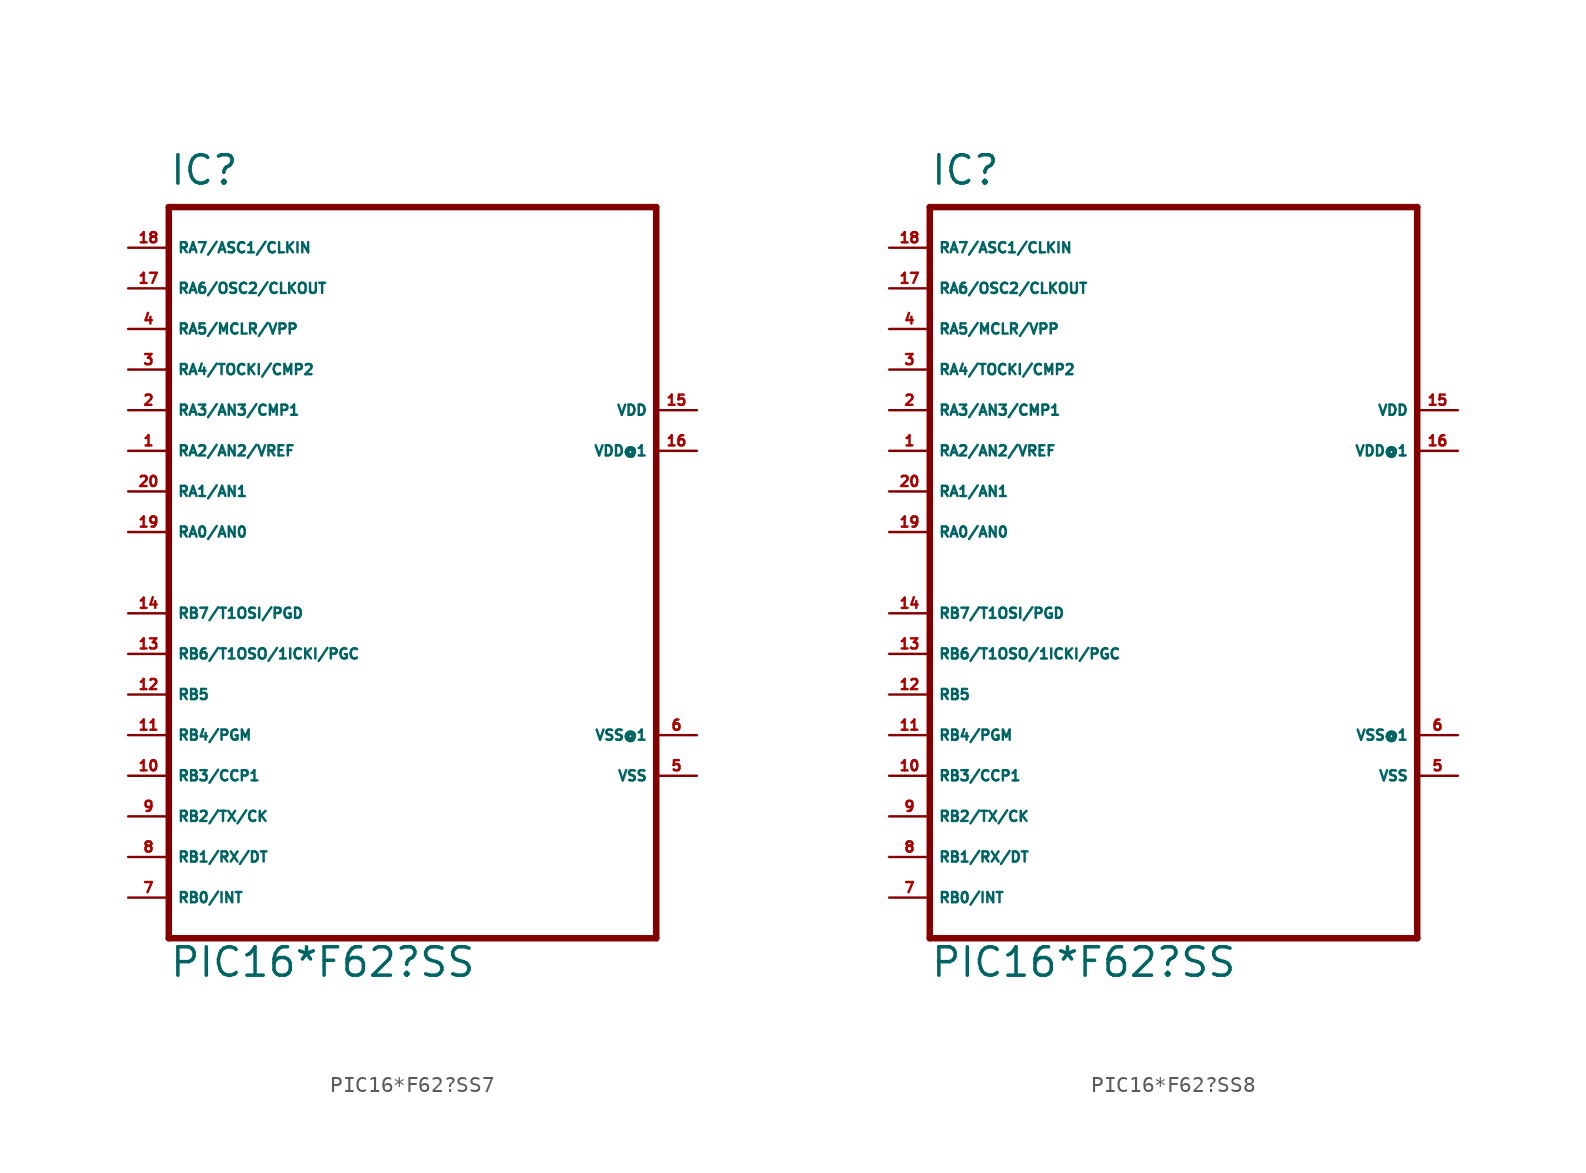
<source format=kicad_sym>
(kicad_symbol_lib
  (version 20220914)
  (generator Eagle2Kicad)
  (symbol "PIC16*F62?SS7"
    (property "Reference" "IC"
      (at -15.24 24.13 0)
      (effects (font (size 1.778 1.778) (thickness 0.22)) (justify left bottom)))
    (property "Value" "PIC16*F62?SS"
      (at -15.24 -25.4 0)
      (effects (font (size 1.778 1.778) (thickness 0.22)) (justify left bottom)))
    (polyline
      (pts (xy 15.24 -22.86) (xy -15.24 -22.86))
      (stroke (width 0.406) (type default))
      (fill (type none)))
    (polyline
      (pts (xy -15.24 -22.86) (xy -15.24 22.86))
      (stroke (width 0.406) (type default))
      (fill (type none)))
    (polyline
      (pts (xy -15.24 22.86) (xy 15.24 22.86))
      (stroke (width 0.406) (type default))
      (fill (type none)))
    (polyline
      (pts (xy 15.24 22.86) (xy 15.24 -22.86))
      (stroke (width 0.406) (type default))
      (fill (type none)))
    (pin bidirectional line
      (at -17.78 2.54 0)
      (length 2.54)
      (name "RA0/AN0" (effects (font (size 0.635 0.635) (thickness 0.08)) (justify left bottom)))
      (number "19" (effects (font (size 0.635 0.635) (thickness 0.08)) (justify left bottom))))
    (pin bidirectional line
      (at -17.78 5.08 0)
      (length 2.54)
      (name "RA1/AN1" (effects (font (size 0.635 0.635) (thickness 0.08)) (justify left bottom)))
      (number "20" (effects (font (size 0.635 0.635) (thickness 0.08)) (justify left bottom))))
    (pin bidirectional line
      (at -17.78 7.62 0)
      (length 2.54)
      (name "RA2/AN2/VREF" (effects (font (size 0.635 0.635) (thickness 0.08)) (justify left bottom)))
      (number "1" (effects (font (size 0.635 0.635) (thickness 0.08)) (justify left bottom))))
    (pin bidirectional line
      (at -17.78 10.16 0)
      (length 2.54)
      (name "RA3/AN3/CMP1" (effects (font (size 0.635 0.635) (thickness 0.08)) (justify left bottom)))
      (number "2" (effects (font (size 0.635 0.635) (thickness 0.08)) (justify left bottom))))
    (pin bidirectional line
      (at -17.78 -20.32 0)
      (length 2.54)
      (name "RB0/INT" (effects (font (size 0.635 0.635) (thickness 0.08)) (justify left bottom)))
      (number "7" (effects (font (size 0.635 0.635) (thickness 0.08)) (justify left bottom))))
    (pin bidirectional line
      (at -17.78 -17.78 0)
      (length 2.54)
      (name "RB1/RX/DT" (effects (font (size 0.635 0.635) (thickness 0.08)) (justify left bottom)))
      (number "8" (effects (font (size 0.635 0.635) (thickness 0.08)) (justify left bottom))))
    (pin bidirectional line
      (at -17.78 -15.24 0)
      (length 2.54)
      (name "RB2/TX/CK" (effects (font (size 0.635 0.635) (thickness 0.08)) (justify left bottom)))
      (number "9" (effects (font (size 0.635 0.635) (thickness 0.08)) (justify left bottom))))
    (pin bidirectional line
      (at -17.78 -12.7 0)
      (length 2.54)
      (name "RB3/CCP1" (effects (font (size 0.635 0.635) (thickness 0.08)) (justify left bottom)))
      (number "10" (effects (font (size 0.635 0.635) (thickness 0.08)) (justify left bottom))))
    (pin bidirectional line
      (at -17.78 -10.16 0)
      (length 2.54)
      (name "RB4/PGM" (effects (font (size 0.635 0.635) (thickness 0.08)) (justify left bottom)))
      (number "11" (effects (font (size 0.635 0.635) (thickness 0.08)) (justify left bottom))))
    (pin bidirectional line
      (at -17.78 -7.62 0)
      (length 2.54)
      (name "RB5" (effects (font (size 0.635 0.635) (thickness 0.08)) (justify left bottom)))
      (number "12" (effects (font (size 0.635 0.635) (thickness 0.08)) (justify left bottom))))
    (pin bidirectional line
      (at -17.78 -5.08 0)
      (length 2.54)
      (name "RB6/T1OSO/1ICKI/PGC" (effects (font (size 0.635 0.635) (thickness 0.08)) (justify left bottom)))
      (number "13" (effects (font (size 0.635 0.635) (thickness 0.08)) (justify left bottom))))
    (pin bidirectional line
      (at -17.78 -2.54 0)
      (length 2.54)
      (name "RB7/T1OSI/PGD" (effects (font (size 0.635 0.635) (thickness 0.08)) (justify left bottom)))
      (number "14" (effects (font (size 0.635 0.635) (thickness 0.08)) (justify left bottom))))
    (pin unspecified line
      (at 17.78 -12.7 180)
      (length 2.54)
      (name "VSS" (effects (font (size 0.635 0.635) (thickness 0.08)) (justify left bottom)))
      (number "5" (effects (font (size 0.635 0.635) (thickness 0.08)) (justify left bottom))))
    (pin unspecified line
      (at 17.78 10.16 180)
      (length 2.54)
      (name "VDD" (effects (font (size 0.635 0.635) (thickness 0.08)) (justify left bottom)))
      (number "15" (effects (font (size 0.635 0.635) (thickness 0.08)) (justify left bottom))))
    (pin bidirectional line
      (at -17.78 12.7 0)
      (length 2.54)
      (name "RA4/TOCKI/CMP2" (effects (font (size 0.635 0.635) (thickness 0.08)) (justify left bottom)))
      (number "3" (effects (font (size 0.635 0.635) (thickness 0.08)) (justify left bottom))))
    (pin input line
      (at -17.78 15.24 0)
      (length 2.54)
      (name "RA5/MCLR/VPP" (effects (font (size 0.635 0.635) (thickness 0.08)) (justify left bottom)))
      (number "4" (effects (font (size 0.635 0.635) (thickness 0.08)) (justify left bottom))))
    (pin bidirectional line
      (at -17.78 17.78 0)
      (length 2.54)
      (name "RA6/OSC2/CLKOUT" (effects (font (size 0.635 0.635) (thickness 0.08)) (justify left bottom)))
      (number "17" (effects (font (size 0.635 0.635) (thickness 0.08)) (justify left bottom))))
    (pin bidirectional line
      (at -17.78 20.32 0)
      (length 2.54)
      (name "RA7/ASC1/CLKIN" (effects (font (size 0.635 0.635) (thickness 0.08)) (justify left bottom)))
      (number "18" (effects (font (size 0.635 0.635) (thickness 0.08)) (justify left bottom))))
    (pin unspecified line
      (at 17.78 7.62 180)
      (length 2.54)
      (name "VDD@1" (effects (font (size 0.635 0.635) (thickness 0.08)) (justify left bottom)))
      (number "16" (effects (font (size 0.635 0.635) (thickness 0.08)) (justify left bottom))))
    (pin unspecified line
      (at 17.78 -10.16 180)
      (length 2.54)
      (name "VSS@1" (effects (font (size 0.635 0.635) (thickness 0.08)) (justify left bottom)))
      (number "6" (effects (font (size 0.635 0.635) (thickness 0.08)) (justify left bottom)))))
  (symbol "PIC16*F62?SS8"
    (property "Reference" "IC"
      (at -15.24 24.13 0)
      (effects (font (size 1.778 1.778) (thickness 0.22)) (justify left bottom)))
    (property "Value" "PIC16*F62?SS"
      (at -15.24 -25.4 0)
      (effects (font (size 1.778 1.778) (thickness 0.22)) (justify left bottom)))
    (polyline
      (pts (xy 15.24 -22.86) (xy -15.24 -22.86))
      (stroke (width 0.406) (type default))
      (fill (type none)))
    (polyline
      (pts (xy -15.24 -22.86) (xy -15.24 22.86))
      (stroke (width 0.406) (type default))
      (fill (type none)))
    (polyline
      (pts (xy -15.24 22.86) (xy 15.24 22.86))
      (stroke (width 0.406) (type default))
      (fill (type none)))
    (polyline
      (pts (xy 15.24 22.86) (xy 15.24 -22.86))
      (stroke (width 0.406) (type default))
      (fill (type none)))
    (pin bidirectional line
      (at -17.78 2.54 0)
      (length 2.54)
      (name "RA0/AN0" (effects (font (size 0.635 0.635) (thickness 0.08)) (justify left bottom)))
      (number "19" (effects (font (size 0.635 0.635) (thickness 0.08)) (justify left bottom))))
    (pin bidirectional line
      (at -17.78 5.08 0)
      (length 2.54)
      (name "RA1/AN1" (effects (font (size 0.635 0.635) (thickness 0.08)) (justify left bottom)))
      (number "20" (effects (font (size 0.635 0.635) (thickness 0.08)) (justify left bottom))))
    (pin bidirectional line
      (at -17.78 7.62 0)
      (length 2.54)
      (name "RA2/AN2/VREF" (effects (font (size 0.635 0.635) (thickness 0.08)) (justify left bottom)))
      (number "1" (effects (font (size 0.635 0.635) (thickness 0.08)) (justify left bottom))))
    (pin bidirectional line
      (at -17.78 10.16 0)
      (length 2.54)
      (name "RA3/AN3/CMP1" (effects (font (size 0.635 0.635) (thickness 0.08)) (justify left bottom)))
      (number "2" (effects (font (size 0.635 0.635) (thickness 0.08)) (justify left bottom))))
    (pin bidirectional line
      (at -17.78 -20.32 0)
      (length 2.54)
      (name "RB0/INT" (effects (font (size 0.635 0.635) (thickness 0.08)) (justify left bottom)))
      (number "7" (effects (font (size 0.635 0.635) (thickness 0.08)) (justify left bottom))))
    (pin bidirectional line
      (at -17.78 -17.78 0)
      (length 2.54)
      (name "RB1/RX/DT" (effects (font (size 0.635 0.635) (thickness 0.08)) (justify left bottom)))
      (number "8" (effects (font (size 0.635 0.635) (thickness 0.08)) (justify left bottom))))
    (pin bidirectional line
      (at -17.78 -15.24 0)
      (length 2.54)
      (name "RB2/TX/CK" (effects (font (size 0.635 0.635) (thickness 0.08)) (justify left bottom)))
      (number "9" (effects (font (size 0.635 0.635) (thickness 0.08)) (justify left bottom))))
    (pin bidirectional line
      (at -17.78 -12.7 0)
      (length 2.54)
      (name "RB3/CCP1" (effects (font (size 0.635 0.635) (thickness 0.08)) (justify left bottom)))
      (number "10" (effects (font (size 0.635 0.635) (thickness 0.08)) (justify left bottom))))
    (pin bidirectional line
      (at -17.78 -10.16 0)
      (length 2.54)
      (name "RB4/PGM" (effects (font (size 0.635 0.635) (thickness 0.08)) (justify left bottom)))
      (number "11" (effects (font (size 0.635 0.635) (thickness 0.08)) (justify left bottom))))
    (pin bidirectional line
      (at -17.78 -7.62 0)
      (length 2.54)
      (name "RB5" (effects (font (size 0.635 0.635) (thickness 0.08)) (justify left bottom)))
      (number "12" (effects (font (size 0.635 0.635) (thickness 0.08)) (justify left bottom))))
    (pin bidirectional line
      (at -17.78 -5.08 0)
      (length 2.54)
      (name "RB6/T1OSO/1ICKI/PGC" (effects (font (size 0.635 0.635) (thickness 0.08)) (justify left bottom)))
      (number "13" (effects (font (size 0.635 0.635) (thickness 0.08)) (justify left bottom))))
    (pin bidirectional line
      (at -17.78 -2.54 0)
      (length 2.54)
      (name "RB7/T1OSI/PGD" (effects (font (size 0.635 0.635) (thickness 0.08)) (justify left bottom)))
      (number "14" (effects (font (size 0.635 0.635) (thickness 0.08)) (justify left bottom))))
    (pin unspecified line
      (at 17.78 -12.7 180)
      (length 2.54)
      (name "VSS" (effects (font (size 0.635 0.635) (thickness 0.08)) (justify left bottom)))
      (number "5" (effects (font (size 0.635 0.635) (thickness 0.08)) (justify left bottom))))
    (pin unspecified line
      (at 17.78 10.16 180)
      (length 2.54)
      (name "VDD" (effects (font (size 0.635 0.635) (thickness 0.08)) (justify left bottom)))
      (number "15" (effects (font (size 0.635 0.635) (thickness 0.08)) (justify left bottom))))
    (pin bidirectional line
      (at -17.78 12.7 0)
      (length 2.54)
      (name "RA4/TOCKI/CMP2" (effects (font (size 0.635 0.635) (thickness 0.08)) (justify left bottom)))
      (number "3" (effects (font (size 0.635 0.635) (thickness 0.08)) (justify left bottom))))
    (pin input line
      (at -17.78 15.24 0)
      (length 2.54)
      (name "RA5/MCLR/VPP" (effects (font (size 0.635 0.635) (thickness 0.08)) (justify left bottom)))
      (number "4" (effects (font (size 0.635 0.635) (thickness 0.08)) (justify left bottom))))
    (pin bidirectional line
      (at -17.78 17.78 0)
      (length 2.54)
      (name "RA6/OSC2/CLKOUT" (effects (font (size 0.635 0.635) (thickness 0.08)) (justify left bottom)))
      (number "17" (effects (font (size 0.635 0.635) (thickness 0.08)) (justify left bottom))))
    (pin bidirectional line
      (at -17.78 20.32 0)
      (length 2.54)
      (name "RA7/ASC1/CLKIN" (effects (font (size 0.635 0.635) (thickness 0.08)) (justify left bottom)))
      (number "18" (effects (font (size 0.635 0.635) (thickness 0.08)) (justify left bottom))))
    (pin unspecified line
      (at 17.78 7.62 180)
      (length 2.54)
      (name "VDD@1" (effects (font (size 0.635 0.635) (thickness 0.08)) (justify left bottom)))
      (number "16" (effects (font (size 0.635 0.635) (thickness 0.08)) (justify left bottom))))
    (pin unspecified line
      (at 17.78 -10.16 180)
      (length 2.54)
      (name "VSS@1" (effects (font (size 0.635 0.635) (thickness 0.08)) (justify left bottom)))
      (number "6" (effects (font (size 0.635 0.635) (thickness 0.08)) (justify left bottom))))))
</source>
